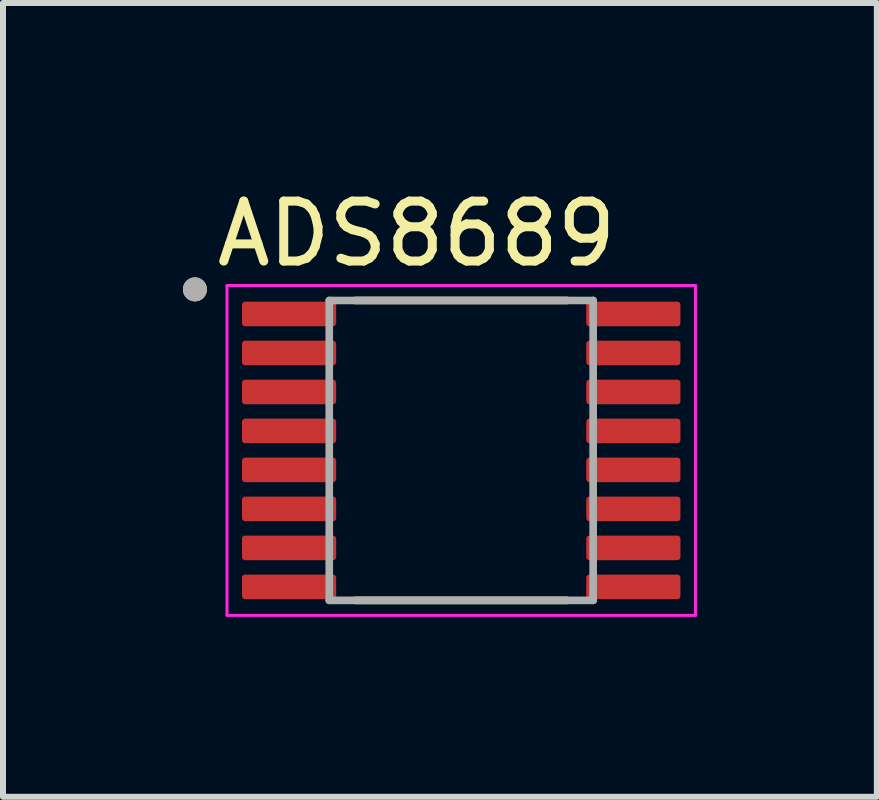
<source format=kicad_pcb>
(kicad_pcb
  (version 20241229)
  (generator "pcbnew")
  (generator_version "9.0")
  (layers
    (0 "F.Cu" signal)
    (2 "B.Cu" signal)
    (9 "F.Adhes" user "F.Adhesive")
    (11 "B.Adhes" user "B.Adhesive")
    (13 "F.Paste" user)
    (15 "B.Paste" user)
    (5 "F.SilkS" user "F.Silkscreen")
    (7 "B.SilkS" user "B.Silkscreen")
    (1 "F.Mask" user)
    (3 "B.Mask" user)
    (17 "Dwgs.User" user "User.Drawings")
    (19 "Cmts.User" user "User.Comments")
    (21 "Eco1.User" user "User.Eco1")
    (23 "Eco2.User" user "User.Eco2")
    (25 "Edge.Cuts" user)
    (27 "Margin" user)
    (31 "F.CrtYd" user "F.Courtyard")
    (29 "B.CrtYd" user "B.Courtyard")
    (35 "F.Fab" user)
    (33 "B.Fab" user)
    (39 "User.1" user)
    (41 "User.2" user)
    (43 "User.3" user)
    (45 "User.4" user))
  (footprint "ADS8689"
    (layer "F.Cu")
    (at 4.64 4.46)
    (property "Reference" "ADS8689" (at -0.745 -3.612 0) (layer "F.SilkS") (effects (font (size 1 1) (thickness 0.15))))
    (attr smd)
    (fp_line (start -1.765 -2.5) (end 1.765 -2.5) (stroke (width 0.127) (type solid)) (layer "F.SilkS"))
    (fp_line (start -1.765 2.5) (end 1.765 2.5) (stroke (width 0.127) (type solid)) (layer "F.SilkS"))
    (fp_circle (center -4.44 -2.685) (end -4.34 -2.685) (stroke (width 0.2) (type solid)) (fill no) (layer "F.SilkS"))
    (fp_line (start -3.905 -2.75) (end -3.905 2.75) (stroke (width 0.05) (type solid)) (layer "F.CrtYd"))
    (fp_line (start -3.905 2.75) (end 3.905 2.75) (stroke (width 0.05) (type solid)) (layer "F.CrtYd"))
    (fp_line (start 3.905 -2.75) (end -3.905 -2.75) (stroke (width 0.05) (type solid)) (layer "F.CrtYd"))
    (fp_line (start 3.905 2.75) (end 3.905 -2.75) (stroke (width 0.05) (type solid)) (layer "F.CrtYd"))
    (fp_line (start -2.2 -2.5) (end -2.2 2.5) (stroke (width 0.127) (type solid)) (layer "F.Fab"))
    (fp_line (start -2.2 -2.5) (end 2.2 -2.5) (stroke (width 0.127) (type solid)) (layer "F.Fab"))
    (fp_line (start -2.2 2.5) (end 2.2 2.5) (stroke (width 0.127) (type solid)) (layer "F.Fab"))
    (fp_line (start 2.2 -2.5) (end 2.2 2.5) (stroke (width 0.127) (type solid)) (layer "F.Fab"))
    (fp_circle (center -4.44 -2.685) (end -4.34 -2.685) (stroke (width 0.2) (type solid)) (fill no) (layer "F.Fab"))
    (pad "1" smd roundrect (at -2.87 -2.275) (size 1.57 0.41) (layers "F.Cu" "F.Mask" "F.Paste") (roundrect_rratio 0.125))
    (pad "2" smd roundrect (at -2.87 -1.625) (size 1.57 0.41) (layers "F.Cu" "F.Mask" "F.Paste") (roundrect_rratio 0.125))
    (pad "3" smd roundrect (at -2.87 -0.975) (size 1.57 0.41) (layers "F.Cu" "F.Mask" "F.Paste") (roundrect_rratio 0.125))
    (pad "4" smd roundrect (at -2.87 -0.325) (size 1.57 0.41) (layers "F.Cu" "F.Mask" "F.Paste") (roundrect_rratio 0.125))
    (pad "5" smd roundrect (at -2.87 0.325) (size 1.57 0.41) (layers "F.Cu" "F.Mask" "F.Paste") (roundrect_rratio 0.125))
    (pad "6" smd roundrect (at -2.87 0.975) (size 1.57 0.41) (layers "F.Cu" "F.Mask" "F.Paste") (roundrect_rratio 0.125))
    (pad "7" smd roundrect (at -2.87 1.625) (size 1.57 0.41) (layers "F.Cu" "F.Mask" "F.Paste") (roundrect_rratio 0.125))
    (pad "8" smd roundrect (at -2.87 2.275) (size 1.57 0.41) (layers "F.Cu" "F.Mask" "F.Paste") (roundrect_rratio 0.125))
    (pad "9" smd roundrect (at 2.87 2.275) (size 1.57 0.41) (layers "F.Cu" "F.Mask" "F.Paste") (roundrect_rratio 0.125))
    (pad "10" smd roundrect (at 2.87 1.625) (size 1.57 0.41) (layers "F.Cu" "F.Mask" "F.Paste") (roundrect_rratio 0.125))
    (pad "11" smd roundrect (at 2.87 0.975) (size 1.57 0.41) (layers "F.Cu" "F.Mask" "F.Paste") (roundrect_rratio 0.125))
    (pad "12" smd roundrect (at 2.87 0.325) (size 1.57 0.41) (layers "F.Cu" "F.Mask" "F.Paste") (roundrect_rratio 0.125))
    (pad "13" smd roundrect (at 2.87 -0.325) (size 1.57 0.41) (layers "F.Cu" "F.Mask" "F.Paste") (roundrect_rratio 0.125))
    (pad "14" smd roundrect (at 2.87 -0.975) (size 1.57 0.41) (layers "F.Cu" "F.Mask" "F.Paste") (roundrect_rratio 0.125))
    (pad "15" smd roundrect (at 2.87 -1.625) (size 1.57 0.41) (layers "F.Cu" "F.Mask" "F.Paste") (roundrect_rratio 0.125))
    (pad "16" smd roundrect (at 2.87 -2.275) (size 1.57 0.41) (layers "F.Cu" "F.Mask" "F.Paste") (roundrect_rratio 0.125)))
  (gr_rect
    (start -3 -3)
    (end 11.57 10.235)
    (stroke (width 0.1) (type default))
    (fill no)
    (layer "Edge.Cuts")))
</source>
